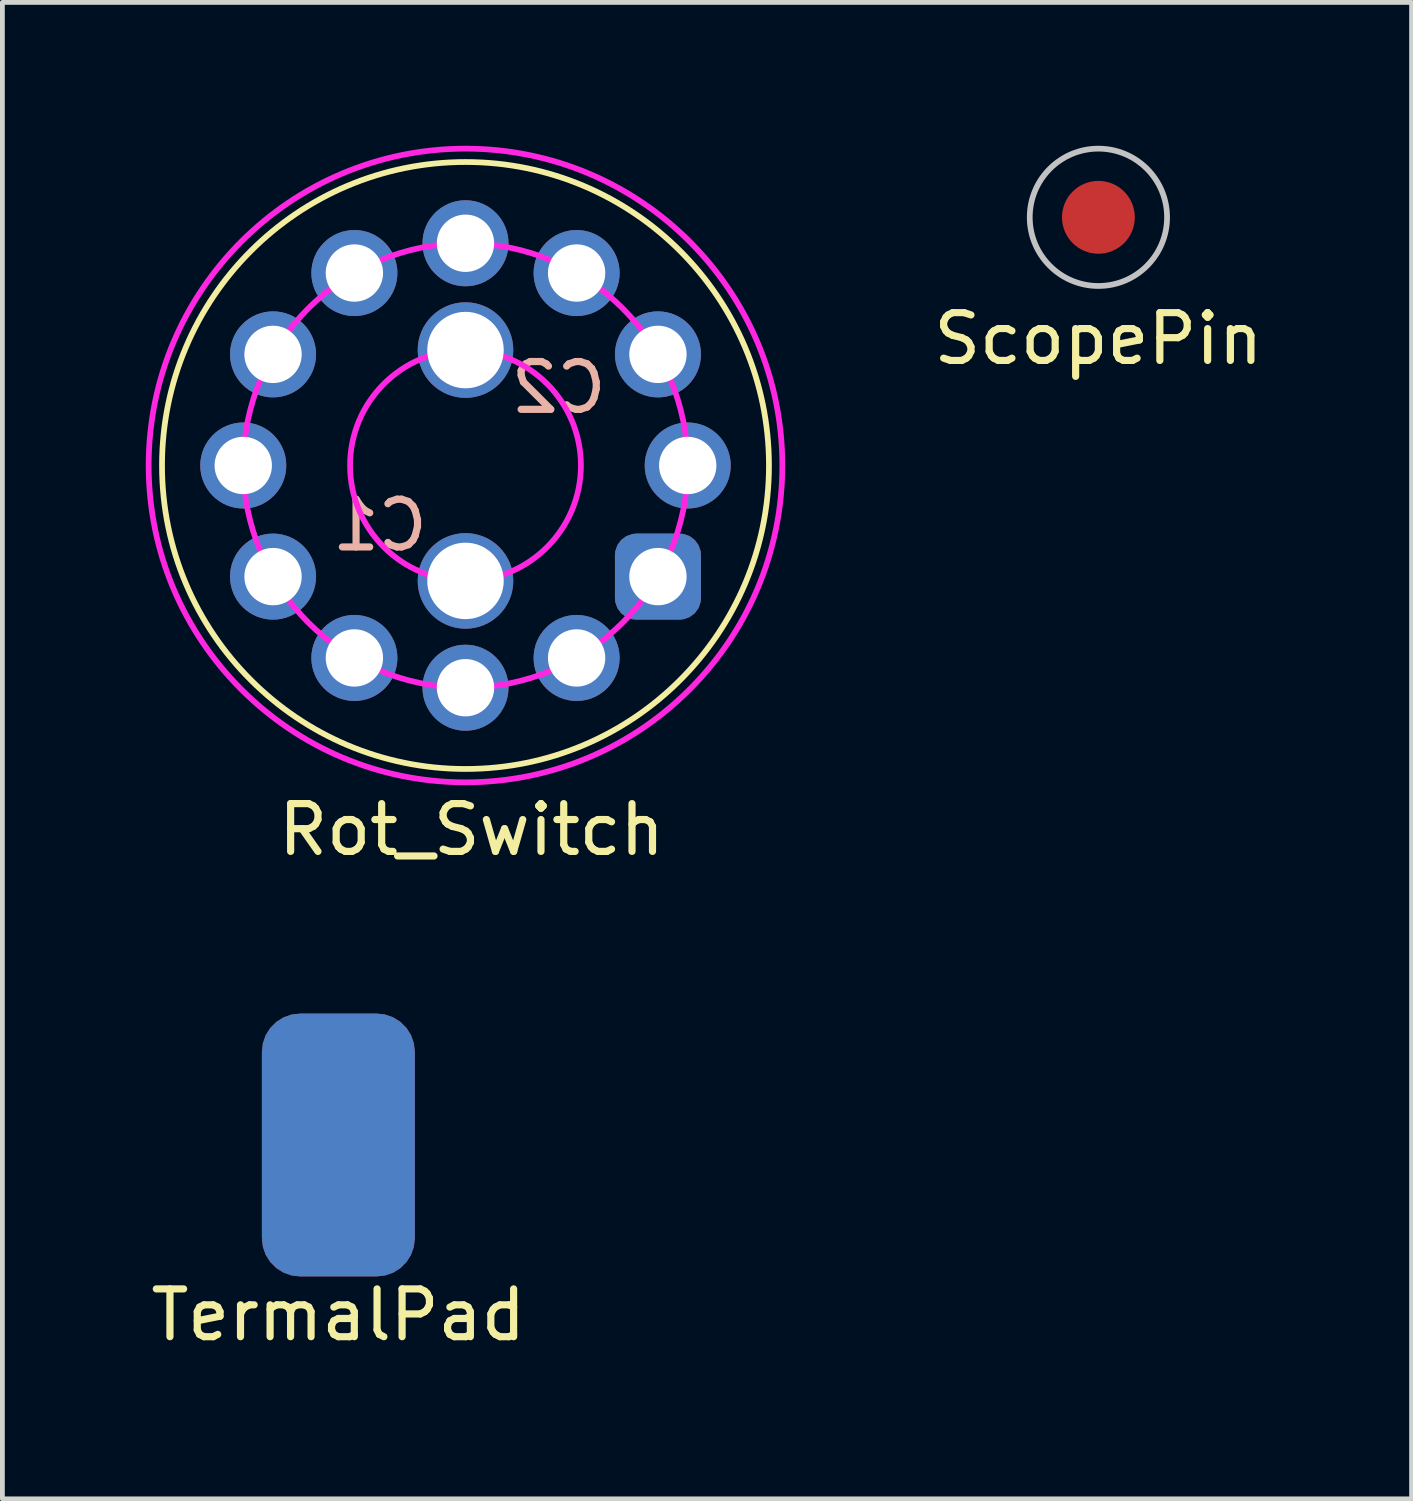
<source format=kicad_pcb>
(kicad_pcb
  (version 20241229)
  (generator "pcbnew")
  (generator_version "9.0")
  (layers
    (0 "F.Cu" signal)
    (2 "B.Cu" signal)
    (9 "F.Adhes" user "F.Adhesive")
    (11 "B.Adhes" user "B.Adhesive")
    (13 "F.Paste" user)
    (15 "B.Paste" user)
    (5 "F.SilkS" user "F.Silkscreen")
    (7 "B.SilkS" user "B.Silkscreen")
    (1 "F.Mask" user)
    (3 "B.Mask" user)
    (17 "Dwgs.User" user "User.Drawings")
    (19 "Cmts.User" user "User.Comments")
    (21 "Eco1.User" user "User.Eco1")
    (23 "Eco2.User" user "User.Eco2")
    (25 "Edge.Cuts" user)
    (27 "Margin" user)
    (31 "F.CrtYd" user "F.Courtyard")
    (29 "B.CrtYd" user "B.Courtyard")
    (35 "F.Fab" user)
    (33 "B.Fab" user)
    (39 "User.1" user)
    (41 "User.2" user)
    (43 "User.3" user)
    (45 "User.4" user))
  (footprint "Rot_Switch"
    (layer "F.Cu")
    (at 6.69 6.69)
    (property "Reference" "Rot_Switch" (at 0.127 7.62 0) (layer "F.SilkS") (effects (font (size 1 1) (thickness 0.15))))
    (attr through_hole)
    (fp_circle (center 0 0) (end 6.35 0) (stroke (width 0.12) (type solid)) (fill no) (layer "F.SilkS"))
    (fp_circle (center 0 0) (end 2.415 0) (stroke (width 0.12) (type solid)) (fill no) (layer "F.CrtYd"))
    (fp_circle (center 0 0) (end 4.65 0) (stroke (width 0.12) (type solid)) (fill no) (layer "F.CrtYd"))
    (fp_circle (center 0 0) (end 6.223 -2.286) (stroke (width 0.12) (type solid)) (fill no) (layer "F.CrtYd"))
    (fp_text user "C2" (at 1.95 -1.63 0) (layer "B.SilkS") (effects (font (size 1 1) (thickness 0.15)) (justify mirror)))
    (fp_text user "C1" (at -1.79 1.25 0) (layer "B.SilkS") (effects (font (size 1 1) (thickness 0.15)) (justify mirror)))
    (pad "1" thru_hole roundrect (at 4.027 2.325) (size 1.8 1.8) (drill 1.2) (layers "*.Cu" "*.Mask") (roundrect_rratio 0.25))
    (pad "2" thru_hole circle (at 2.325 4.027) (size 1.8 1.8) (drill 1.2) (layers "*.Cu" "*.Mask"))
    (pad "3" thru_hole circle (at 0 4.65) (size 1.8 1.8) (drill 1.2) (layers "*.Cu" "*.Mask"))
    (pad "4" thru_hole circle (at -2.325 4.027) (size 1.8 1.8) (drill 1.2) (layers "*.Cu" "*.Mask"))
    (pad "5" thru_hole circle (at -4.027 2.325) (size 1.8 1.8) (drill 1.2) (layers "*.Cu" "*.Mask"))
    (pad "6" thru_hole circle (at -4.65 0) (size 1.8 1.8) (drill 1.2) (layers "*.Cu" "*.Mask"))
    (pad "7" thru_hole circle (at -4.027 -2.325) (size 1.8 1.8) (drill 1.2) (layers "*.Cu" "*.Mask"))
    (pad "8" thru_hole circle (at -2.325 -4.027) (size 1.8 1.8) (drill 1.2) (layers "*.Cu" "*.Mask"))
    (pad "9" thru_hole circle (at 0 -4.65) (size 1.8 1.8) (drill 1.2) (layers "*.Cu" "*.Mask"))
    (pad "10" thru_hole circle (at 2.325 -4.027) (size 1.8 1.8) (drill 1.2) (layers "*.Cu" "*.Mask"))
    (pad "11" thru_hole circle (at 4.027 -2.325) (size 1.8 1.8) (drill 1.2) (layers "*.Cu" "*.Mask"))
    (pad "12" thru_hole circle (at 4.65 0) (size 1.8 1.8) (drill 1.2) (layers "*.Cu" "*.Mask"))
    (pad "13" thru_hole circle (at 0 2.415) (size 2 2) (drill 1.6) (layers "*.Cu" "*.Mask"))
    (pad "14" thru_hole circle (at 0 -2.415) (size 2 2) (drill 1.6) (layers "*.Cu" "*.Mask")))
  (footprint "TermalPad"
    (layer "F.Cu")
    (at 4.03 20.908)
    (property "Reference" "TermalPad" (at 0 3.556 0) (layer "F.SilkS") (effects (font (size 1 1) (thickness 0.15))))
    (attr through_hole)
    (pad "1" smd roundrect (at 0 0) (size 3.2 5.5) (layers "F.Cu" "F.Mask" "F.Paste") (roundrect_rratio 0.25))
    (pad "1" smd roundrect (at 0 0) (size 3.2 5.5) (layers "F.Mask" "B.Cu" "F.Paste") (roundrect_rratio 0.25)))
  (footprint "ScopePin"
    (layer "F.Cu")
    (at 19.933 1.497)
    (property "Reference" "ScopePin" (at 0 2.54 0) (layer "F.SilkS") (effects (font (size 1 1) (thickness 0.15))))
    (attr through_hole)
    (fp_circle (center 0 0) (end 1.016 -1.016) (stroke (width 0.12) (type solid)) (fill no) (layer "Dwgs.User"))
    (pad "1" smd circle (at 0 0) (size 1.524 1.524) (layers "F.Cu" "F.Mask" "F.Paste")))
  (gr_rect
    (start -3 -3)
    (end 26.486 28.312)
    (stroke (width 0.1) (type default))
    (fill no)
    (layer "Edge.Cuts")))
</source>
